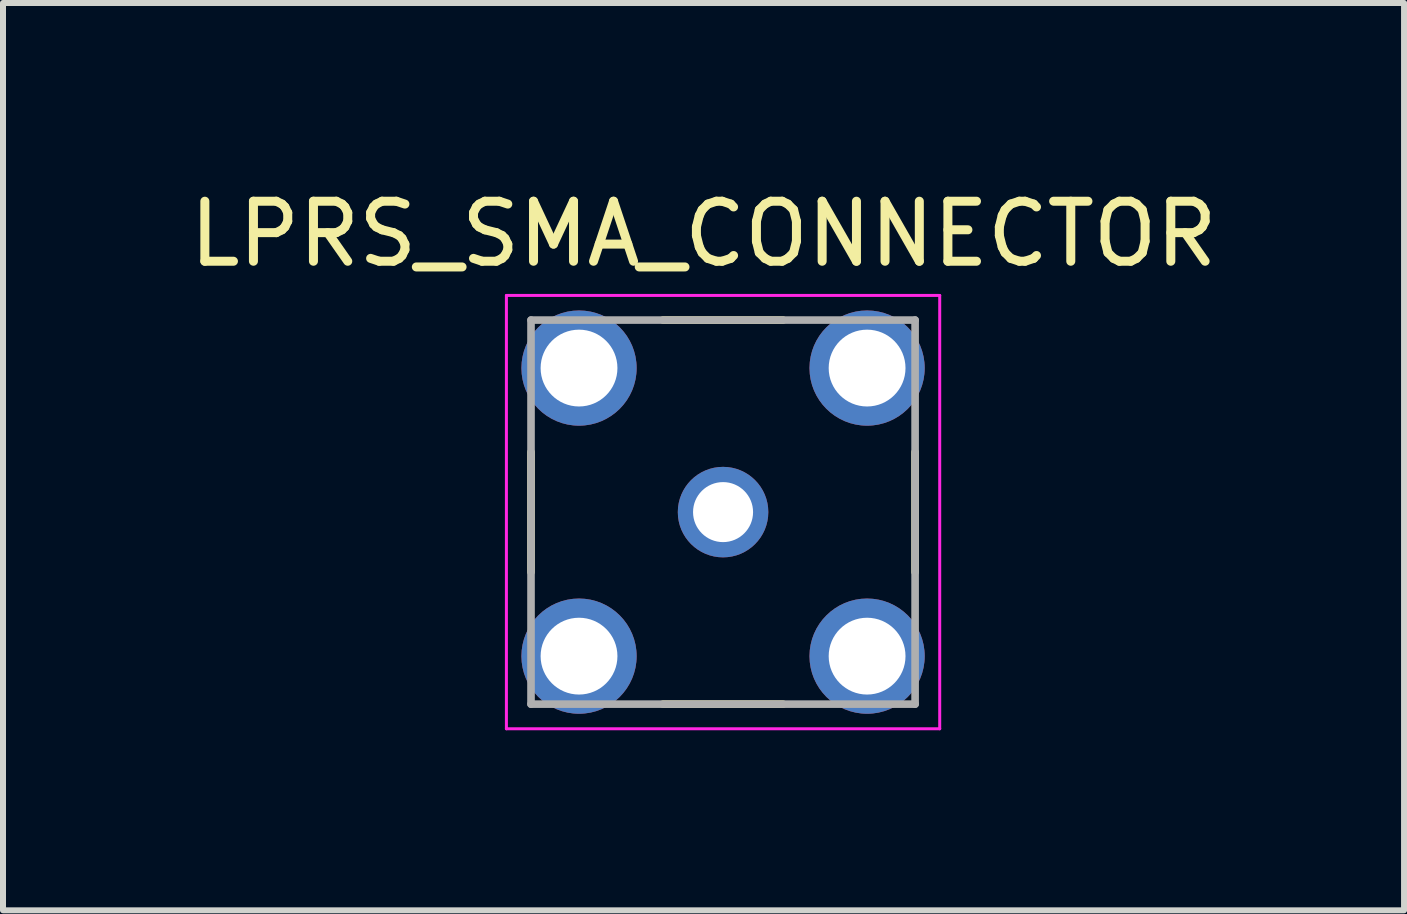
<source format=kicad_pcb>
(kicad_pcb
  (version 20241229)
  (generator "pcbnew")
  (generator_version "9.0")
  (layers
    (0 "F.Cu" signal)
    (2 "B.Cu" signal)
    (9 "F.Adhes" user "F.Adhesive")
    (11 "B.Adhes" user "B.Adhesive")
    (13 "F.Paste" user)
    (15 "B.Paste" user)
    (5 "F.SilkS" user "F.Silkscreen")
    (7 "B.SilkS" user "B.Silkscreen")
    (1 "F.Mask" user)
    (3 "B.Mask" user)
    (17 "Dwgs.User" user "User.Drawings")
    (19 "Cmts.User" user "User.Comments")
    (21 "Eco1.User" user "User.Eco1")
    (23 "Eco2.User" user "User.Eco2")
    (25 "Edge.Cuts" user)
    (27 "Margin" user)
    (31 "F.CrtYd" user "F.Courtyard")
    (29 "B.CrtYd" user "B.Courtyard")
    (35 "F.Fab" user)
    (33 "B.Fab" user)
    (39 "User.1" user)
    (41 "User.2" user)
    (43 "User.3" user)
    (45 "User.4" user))
  (footprint "LPRS_SMA_CONNECTOR"
    (layer "F.Cu")
    (at 8.998 5.483)
    (property "Reference" "LPRS_SMA_CONNECTOR" (at -0.325 -4.635 0) (layer "F.SilkS") (effects (font (size 1 1) (thickness 0.15))))
    (attr through_hole)
    (fp_line (start -3.2 1) (end -3.2 -1) (stroke (width 0.127) (type solid)) (layer "F.SilkS"))
    (fp_line (start -1 -3.2) (end 1 -3.2) (stroke (width 0.127) (type solid)) (layer "F.SilkS"))
    (fp_line (start 1 3.2) (end -1 3.2) (stroke (width 0.127) (type solid)) (layer "F.SilkS"))
    (fp_line (start 3.2 -1) (end 3.2 1) (stroke (width 0.127) (type solid)) (layer "F.SilkS"))
    (fp_line (start -3.61 -3.61) (end 3.61 -3.61) (stroke (width 0.05) (type solid)) (layer "F.CrtYd"))
    (fp_line (start -3.61 3.61) (end -3.61 -3.61) (stroke (width 0.05) (type solid)) (layer "F.CrtYd"))
    (fp_line (start 3.61 -3.61) (end 3.61 3.61) (stroke (width 0.05) (type solid)) (layer "F.CrtYd"))
    (fp_line (start 3.61 3.61) (end -3.61 3.61) (stroke (width 0.05) (type solid)) (layer "F.CrtYd"))
    (fp_line (start -3.2 -3.2) (end 3.2 -3.2) (stroke (width 0.127) (type solid)) (layer "F.Fab"))
    (fp_line (start -3.2 3.2) (end -3.2 -3.2) (stroke (width 0.127) (type solid)) (layer "F.Fab"))
    (fp_line (start 3.2 -3.2) (end 3.2 3.2) (stroke (width 0.127) (type solid)) (layer "F.Fab"))
    (fp_line (start 3.2 3.2) (end -3.2 3.2) (stroke (width 0.127) (type solid)) (layer "F.Fab"))
    (pad "1" thru_hole circle (at 0 0) (size 1.508 1.508) (drill 1) (layers "*.Cu" "*.Mask"))
    (pad "G1" thru_hole circle (at -2.4 -2.4) (size 1.92 1.92) (drill 1.28) (layers "*.Cu" "*.Mask"))
    (pad "G2" thru_hole circle (at -2.4 2.4) (size 1.92 1.92) (drill 1.28) (layers "*.Cu" "*.Mask"))
    (pad "G3" thru_hole circle (at 2.4 2.4) (size 1.92 1.92) (drill 1.28) (layers "*.Cu" "*.Mask"))
    (pad "G4" thru_hole circle (at 2.4 -2.4) (size 1.92 1.92) (drill 1.28) (layers "*.Cu" "*.Mask")))
  (gr_rect
    (start -3 -3)
    (end 20.345 12.118)
    (stroke (width 0.1) (type default))
    (fill no)
    (layer "Edge.Cuts")))
</source>
